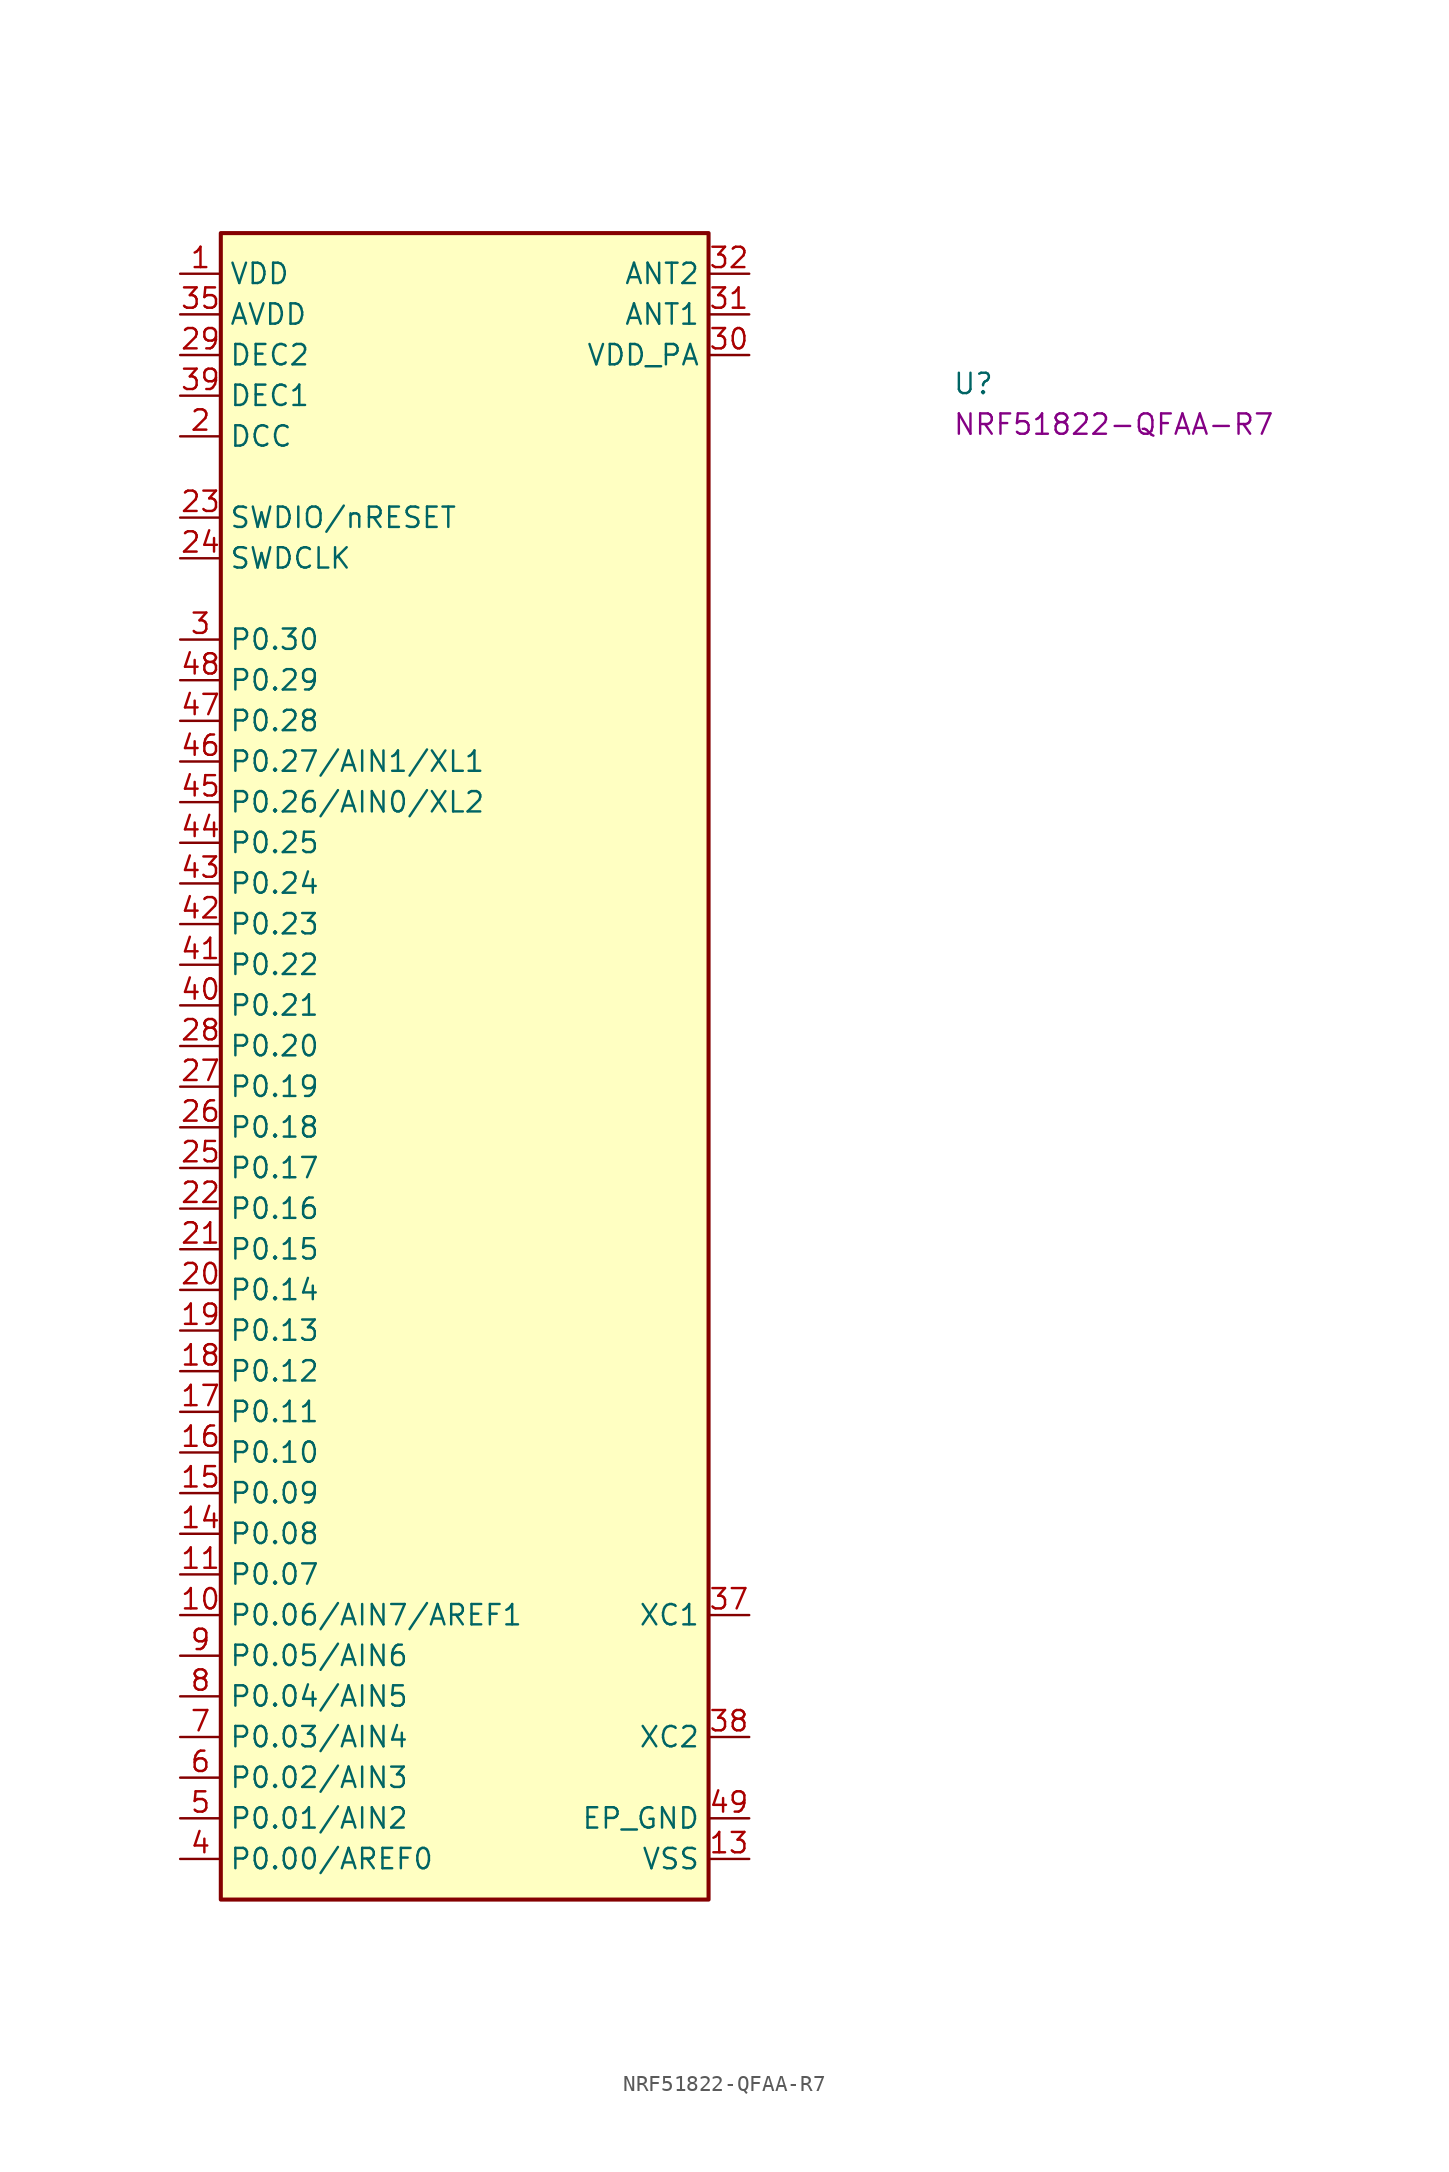
<source format=kicad_sym>
(kicad_symbol_lib
  (version 20220914)
  (generator kicad_symbol_editor)
  (symbol "NRF51822-QFAA-R7"
    (property "Reference" "U"
      (at 48.26 -7.62 0)
      (effects (font (size 1.27 1.27) (thickness 0.15)) (justify left bottom)))
    (property "MPN" "NRF51822-QFAA-R7"
      (at 48.26 -10.16 0)
      (effects (font (size 1.27 1.27) (thickness 0.15)) (justify left bottom)))
    (symbol "NRF51822-QFAA-R7_1_1"
      (rectangle (start 2.54 2.54) (end 33.02 -101.6) (stroke (width 0.254) (type default)) (fill (type background)))
      (pin power_in line (at 0 0 0) (length 2.54) (name "VDD" (effects (font (size 1.27 1.27)))) (number "1" (effects (font (size 1.27 1.27)))))
      (pin bidirectional line (at 0 -83.82 0) (length 2.54) (name "P0.06/AIN7/AREF1" (effects (font (size 1.27 1.27)))) (number "10" (effects (font (size 1.27 1.27)))))
      (pin bidirectional line (at 0 -81.28 0) (length 2.54) (name "P0.07" (effects (font (size 1.27 1.27)))) (number "11" (effects (font (size 1.27 1.27)))))
      (pin passive line (at 0 0 0) (length 2.54) hide (name "VDD" (effects (font (size 1.27 1.27)))) (number "12" (effects (font (size 1.27 1.27)))))
      (pin power_in line (at 35.56 -99.06 180) (length 2.54) (name "VSS" (effects (font (size 1.27 1.27)))) (number "13" (effects (font (size 1.27 1.27)))))
      (pin bidirectional line (at 0 -78.74 0) (length 2.54) (name "P0.08" (effects (font (size 1.27 1.27)))) (number "14" (effects (font (size 1.27 1.27)))))
      (pin bidirectional line (at 0 -76.2 0) (length 2.54) (name "P0.09" (effects (font (size 1.27 1.27)))) (number "15" (effects (font (size 1.27 1.27)))))
      (pin bidirectional line (at 0 -73.66 0) (length 2.54) (name "P0.10" (effects (font (size 1.27 1.27)))) (number "16" (effects (font (size 1.27 1.27)))))
      (pin bidirectional line (at 0 -71.12 0) (length 2.54) (name "P0.11" (effects (font (size 1.27 1.27)))) (number "17" (effects (font (size 1.27 1.27)))))
      (pin bidirectional line (at 0 -68.58 0) (length 2.54) (name "P0.12" (effects (font (size 1.27 1.27)))) (number "18" (effects (font (size 1.27 1.27)))))
      (pin bidirectional line (at 0 -66.04 0) (length 2.54) (name "P0.13" (effects (font (size 1.27 1.27)))) (number "19" (effects (font (size 1.27 1.27)))))
      (pin power_out line (at 0 -10.16 0) (length 2.54) (name "DCC" (effects (font (size 1.27 1.27)))) (number "2" (effects (font (size 1.27 1.27)))))
      (pin bidirectional line (at 0 -63.5 0) (length 2.54) (name "P0.14" (effects (font (size 1.27 1.27)))) (number "20" (effects (font (size 1.27 1.27)))))
      (pin bidirectional line (at 0 -60.96 0) (length 2.54) (name "P0.15" (effects (font (size 1.27 1.27)))) (number "21" (effects (font (size 1.27 1.27)))))
      (pin bidirectional line (at 0 -58.42 0) (length 2.54) (name "P0.16" (effects (font (size 1.27 1.27)))) (number "22" (effects (font (size 1.27 1.27)))))
      (pin bidirectional line (at 0 -15.24 0) (length 2.54) (name "SWDIO/nRESET" (effects (font (size 1.27 1.27)))) (number "23" (effects (font (size 1.27 1.27)))))
      (pin input line (at 0 -17.78 0) (length 2.54) (name "SWDCLK" (effects (font (size 1.27 1.27)))) (number "24" (effects (font (size 1.27 1.27)))))
      (pin bidirectional line (at 0 -55.88 0) (length 2.54) (name "P0.17" (effects (font (size 1.27 1.27)))) (number "25" (effects (font (size 1.27 1.27)))))
      (pin bidirectional line (at 0 -53.34 0) (length 2.54) (name "P0.18" (effects (font (size 1.27 1.27)))) (number "26" (effects (font (size 1.27 1.27)))))
      (pin bidirectional line (at 0 -50.8 0) (length 2.54) (name "P0.19" (effects (font (size 1.27 1.27)))) (number "27" (effects (font (size 1.27 1.27)))))
      (pin bidirectional line (at 0 -48.26 0) (length 2.54) (name "P0.20" (effects (font (size 1.27 1.27)))) (number "28" (effects (font (size 1.27 1.27)))))
      (pin power_in line (at 0 -5.08 0) (length 2.54) (name "DEC2" (effects (font (size 1.27 1.27)))) (number "29" (effects (font (size 1.27 1.27)))))
      (pin bidirectional line (at 0 -22.86 0) (length 2.54) (name "P0.30" (effects (font (size 1.27 1.27)))) (number "3" (effects (font (size 1.27 1.27)))))
      (pin power_out line (at 35.56 -5.08 180) (length 2.54) (name "VDD_PA" (effects (font (size 1.27 1.27)))) (number "30" (effects (font (size 1.27 1.27)))))
      (pin input line (at 35.56 -2.54 180) (length 2.54) (name "ANT1" (effects (font (size 1.27 1.27)))) (number "31" (effects (font (size 1.27 1.27)))))
      (pin input line (at 35.56 0 180) (length 2.54) (name "ANT2" (effects (font (size 1.27 1.27)))) (number "32" (effects (font (size 1.27 1.27)))))
      (pin passive line (at 35.56 -99.06 180) (length 2.54) hide (name "VSS" (effects (font (size 1.27 1.27)))) (number "33" (effects (font (size 1.27 1.27)))))
      (pin passive line (at 35.56 -99.06 180) (length 2.54) hide (name "VSS" (effects (font (size 1.27 1.27)))) (number "34" (effects (font (size 1.27 1.27)))))
      (pin power_in line (at 0 -2.54 0) (length 2.54) (name "AVDD" (effects (font (size 1.27 1.27)))) (number "35" (effects (font (size 1.27 1.27)))))
      (pin passive line (at 0 -2.54 0) (length 2.54) hide (name "AVDD" (effects (font (size 1.27 1.27)))) (number "36" (effects (font (size 1.27 1.27)))))
      (pin input line (at 35.56 -83.82 180) (length 2.54) (name "XC1" (effects (font (size 1.27 1.27)))) (number "37" (effects (font (size 1.27 1.27)))))
      (pin input line (at 35.56 -91.44 180) (length 2.54) (name "XC2" (effects (font (size 1.27 1.27)))) (number "38" (effects (font (size 1.27 1.27)))))
      (pin power_in line (at 0 -7.62 0) (length 2.54) (name "DEC1" (effects (font (size 1.27 1.27)))) (number "39" (effects (font (size 1.27 1.27)))))
      (pin bidirectional line (at 0 -99.06 0) (length 2.54) (name "P0.00/AREF0" (effects (font (size 1.27 1.27)))) (number "4" (effects (font (size 1.27 1.27)))))
      (pin bidirectional line (at 0 -45.72 0) (length 2.54) (name "P0.21" (effects (font (size 1.27 1.27)))) (number "40" (effects (font (size 1.27 1.27)))))
      (pin bidirectional line (at 0 -43.18 0) (length 2.54) (name "P0.22" (effects (font (size 1.27 1.27)))) (number "41" (effects (font (size 1.27 1.27)))))
      (pin bidirectional line (at 0 -40.64 0) (length 2.54) (name "P0.23" (effects (font (size 1.27 1.27)))) (number "42" (effects (font (size 1.27 1.27)))))
      (pin bidirectional line (at 0 -38.1 0) (length 2.54) (name "P0.24" (effects (font (size 1.27 1.27)))) (number "43" (effects (font (size 1.27 1.27)))))
      (pin bidirectional line (at 0 -35.56 0) (length 2.54) (name "P0.25" (effects (font (size 1.27 1.27)))) (number "44" (effects (font (size 1.27 1.27)))))
      (pin bidirectional line (at 0 -33.02 0) (length 2.54) (name "P0.26/AIN0/XL2" (effects (font (size 1.27 1.27)))) (number "45" (effects (font (size 1.27 1.27)))))
      (pin bidirectional line (at 0 -30.48 0) (length 2.54) (name "P0.27/AIN1/XL1" (effects (font (size 1.27 1.27)))) (number "46" (effects (font (size 1.27 1.27)))))
      (pin bidirectional line (at 0 -27.94 0) (length 2.54) (name "P0.28" (effects (font (size 1.27 1.27)))) (number "47" (effects (font (size 1.27 1.27)))))
      (pin bidirectional line (at 0 -25.4 0) (length 2.54) (name "P0.29" (effects (font (size 1.27 1.27)))) (number "48" (effects (font (size 1.27 1.27)))))
      (pin power_in line (at 35.56 -96.52 180) (length 2.54) (name "EP_GND" (effects (font (size 1.27 1.27)))) (number "49" (effects (font (size 1.27 1.27)))))
      (pin bidirectional line (at 0 -96.52 0) (length 2.54) (name "P0.01/AIN2" (effects (font (size 1.27 1.27)))) (number "5" (effects (font (size 1.27 1.27)))))
      (pin bidirectional line (at 0 -93.98 0) (length 2.54) (name "P0.02/AIN3" (effects (font (size 1.27 1.27)))) (number "6" (effects (font (size 1.27 1.27)))))
      (pin bidirectional line (at 0 -91.44 0) (length 2.54) (name "P0.03/AIN4" (effects (font (size 1.27 1.27)))) (number "7" (effects (font (size 1.27 1.27)))))
      (pin bidirectional line (at 0 -88.9 0) (length 2.54) (name "P0.04/AIN5" (effects (font (size 1.27 1.27)))) (number "8" (effects (font (size 1.27 1.27)))))
      (pin bidirectional line (at 0 -86.36 0) (length 2.54) (name "P0.05/AIN6" (effects (font (size 1.27 1.27)))) (number "9" (effects (font (size 1.27 1.27))))))))
</source>
